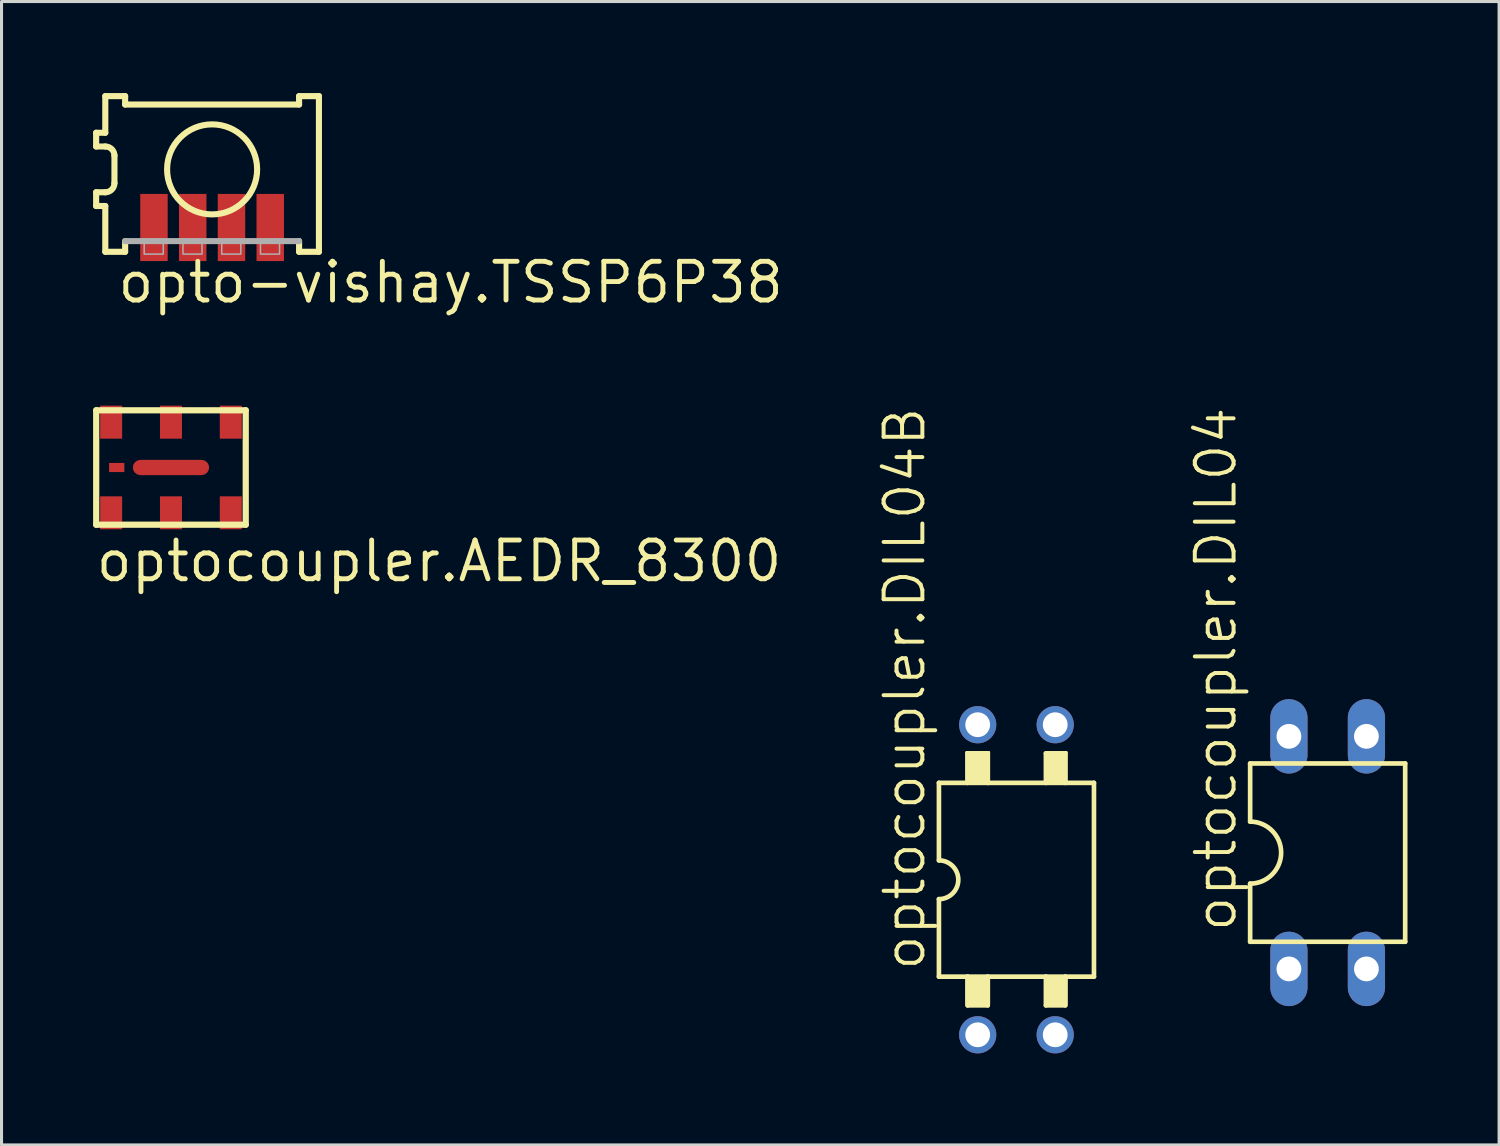
<source format=kicad_pcb>
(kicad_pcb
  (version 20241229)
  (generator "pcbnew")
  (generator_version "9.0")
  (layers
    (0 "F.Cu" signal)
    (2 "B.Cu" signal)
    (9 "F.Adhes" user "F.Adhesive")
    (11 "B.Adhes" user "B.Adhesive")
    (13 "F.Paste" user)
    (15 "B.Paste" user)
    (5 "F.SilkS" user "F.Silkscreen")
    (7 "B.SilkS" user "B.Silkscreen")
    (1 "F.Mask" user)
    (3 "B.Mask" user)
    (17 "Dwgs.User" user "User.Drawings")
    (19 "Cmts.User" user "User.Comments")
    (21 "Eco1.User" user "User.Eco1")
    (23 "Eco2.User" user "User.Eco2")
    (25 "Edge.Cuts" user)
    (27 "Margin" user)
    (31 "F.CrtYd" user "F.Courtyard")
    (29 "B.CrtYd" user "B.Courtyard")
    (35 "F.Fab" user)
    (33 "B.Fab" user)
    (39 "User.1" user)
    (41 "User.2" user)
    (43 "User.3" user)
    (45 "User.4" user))
  (footprint "optocoupler.DIL04"
    (layer "F.Cu")
    (at 40.452 24.887)
    (property "Reference" "optocoupler.DIL04" (at -2.921 2.667 90) (layer "F.SilkS") (effects (font (size 1.27 1.27) (thickness 0.13)) (justify left bottom)))
    (attr through_hole)
    (fp_line (start -2.54 -2.921) (end -2.54 -1.016) (stroke (width 0.152) (type default)) (layer "F.SilkS"))
    (fp_line (start -2.54 2.921) (end -2.54 1.016) (stroke (width 0.152) (type default)) (layer "F.SilkS"))
    (fp_line (start -2.54 2.921) (end 2.54 2.921) (stroke (width 0.152) (type default)) (layer "F.SilkS"))
    (fp_line (start 2.54 -2.921) (end -2.54 -2.921) (stroke (width 0.152) (type default)) (layer "F.SilkS"))
    (fp_line (start 2.54 -2.921) (end 2.54 2.921) (stroke (width 0.152) (type default)) (layer "F.SilkS"))
    (fp_arc (start -2.54 -1.016) (mid -1.524 0) (end -2.54 1.016) (stroke (width 0.1524) (type default)) (layer "F.SilkS"))
    (pad "1" thru_hole oval (at -1.27 3.81 90) (size 2.438 1.219) (drill 0.813) (layers "*.Cu" "*.Mask"))
    (pad "2" thru_hole oval (at 1.27 3.81 90) (size 2.438 1.219) (drill 0.813) (layers "*.Cu" "*.Mask"))
    (pad "3" thru_hole oval (at 1.27 -3.81 90) (size 2.438 1.219) (drill 0.813) (layers "*.Cu" "*.Mask"))
    (pad "4" thru_hole oval (at -1.27 -3.81 90) (size 2.438 1.219) (drill 0.813) (layers "*.Cu" "*.Mask")))
  (footprint "optocoupler.AEDR_8300"
    (layer "F.Cu")
    (at 2.552 12.268)
    (property "Reference" "optocoupler.AEDR_8300" (at -2.54 3.81 0) (layer "F.SilkS") (effects (font (size 1.27 1.27) (thickness 0.16)) (justify left bottom)))
    (attr smd)
    (fp_line (start -2.45 -1.875) (end -2.45 1.875) (stroke (width 0.203) (type default)) (layer "F.SilkS"))
    (fp_line (start -2.45 1.875) (end 2.45 1.875) (stroke (width 0.203) (type default)) (layer "F.SilkS"))
    (fp_line (start 2.45 -1.875) (end -2.45 -1.875) (stroke (width 0.203) (type default)) (layer "F.SilkS"))
    (fp_line (start 2.45 1.875) (end 2.45 -1.875) (stroke (width 0.203) (type default)) (layer "F.SilkS"))
    (fp_rect (start -2.272 1.962) (end -1.66 1.675) (stroke (width 0.05) (type default)) (fill yes) (layer "F.Paste"))
    (fp_rect (start -2.272 1.312) (end -1.66 1.025) (stroke (width 0.05) (type default)) (fill yes) (layer "F.Paste"))
    (fp_rect (start -2.26 -1.675) (end -1.648 -1.962) (stroke (width 0.05) (type default)) (fill yes) (layer "F.Paste"))
    (fp_rect (start -2.26 -1.025) (end -1.648 -1.312) (stroke (width 0.05) (type default)) (fill yes) (layer "F.Paste"))
    (fp_rect (start -0.312 1.962) (end 0.3 1.675) (stroke (width 0.05) (type default)) (fill yes) (layer "F.Paste"))
    (fp_rect (start -0.312 1.312) (end 0.3 1.025) (stroke (width 0.05) (type default)) (fill yes) (layer "F.Paste"))
    (fp_rect (start -0.3 -1.675) (end 0.312 -1.962) (stroke (width 0.05) (type default)) (fill yes) (layer "F.Paste"))
    (fp_rect (start -0.3 -1.025) (end 0.312 -1.312) (stroke (width 0.05) (type default)) (fill yes) (layer "F.Paste"))
    (fp_rect (start 1.647 1.962) (end 2.26 1.675) (stroke (width 0.05) (type default)) (fill yes) (layer "F.Paste"))
    (fp_rect (start 1.648 1.312) (end 2.26 1.025) (stroke (width 0.05) (type default)) (fill yes) (layer "F.Paste"))
    (fp_rect (start 1.66 -1.675) (end 2.272 -1.962) (stroke (width 0.05) (type default)) (fill yes) (layer "F.Paste"))
    (fp_rect (start 1.66 -1.025) (end 2.272 -1.312) (stroke (width 0.05) (type default)) (fill yes) (layer "F.Paste"))
    (pad "1" smd roundrect (at -1.96 1.485) (size 0.72 1.08) (layers "F.Cu" "F.Mask" "F.Paste") (roundrect_rratio 0.01))
    (pad "2" smd roundrect (at 0 1.485) (size 0.72 1.08) (layers "F.Cu" "F.Mask" "F.Paste") (roundrect_rratio 0.01))
    (pad "3" smd roundrect (at 1.96 1.485) (size 0.72 1.08) (layers "F.Cu" "F.Mask" "F.Paste") (roundrect_rratio 0.01))
    (pad "4" smd roundrect (at 1.96 -1.485 180) (size 0.72 1.08) (layers "F.Cu" "F.Mask" "F.Paste") (roundrect_rratio 0.01))
    (pad "5" smd roundrect (at 0 -1.485 180) (size 0.72 1.08) (layers "F.Cu" "F.Mask" "F.Paste") (roundrect_rratio 0.01))
    (pad "6" smd roundrect (at -1.96 -1.485 180) (size 0.72 1.08) (layers "F.Cu" "F.Mask" "F.Paste") (roundrect_rratio 0.01))
    (pad "E1" smd roundrect (at -1.778 0) (size 0.5 0.3) (layers "F.Cu" "F.Mask" "F.Paste") (roundrect_rratio 0.01))
    (pad "E2" smd roundrect (at 0 0) (size 2.5 0.5) (layers "F.Cu" "F.Mask" "F.Paste") (roundrect_rratio 0.5)))
  (footprint "opto-vishay.TSSP6P38"
    (layer "F.Cu")
    (at 3.9 2.5)
    (property "Reference" "opto-vishay.TSSP6P38" (at -3.175 4.445 0) (layer "F.SilkS") (effects (font (size 1.27 1.27) (thickness 0.16)) (justify left bottom)))
    (attr smd)
    (fp_line (start -3.8 -1.2) (end -3.5 -1.2) (stroke (width 0.2) (type default)) (layer "F.SilkS"))
    (fp_line (start -3.8 -0.75) (end -3.8 -1.2) (stroke (width 0.2) (type default)) (layer "F.SilkS"))
    (fp_line (start -3.8 0.75) (end -3.5 0.75) (stroke (width 0.2) (type default)) (layer "F.SilkS"))
    (fp_line (start -3.8 1.2) (end -3.8 0.75) (stroke (width 0.2) (type default)) (layer "F.SilkS"))
    (fp_line (start -3.5 -2.4) (end -2.85 -2.4) (stroke (width 0.2) (type default)) (layer "F.SilkS"))
    (fp_line (start -3.5 -1.2) (end -3.5 -2.4) (stroke (width 0.2) (type default)) (layer "F.SilkS"))
    (fp_line (start -3.5 -0.75) (end -3.8 -0.75) (stroke (width 0.2) (type default)) (layer "F.SilkS"))
    (fp_line (start -3.5 1.2) (end -3.8 1.2) (stroke (width 0.2) (type default)) (layer "F.SilkS"))
    (fp_line (start -3.5 2.7) (end -3.5 1.2) (stroke (width 0.2) (type default)) (layer "F.SilkS"))
    (fp_line (start -3.2 0.45) (end -3.2 -0.45) (stroke (width 0.2) (type default)) (layer "F.SilkS"))
    (fp_line (start -2.85 -2.4) (end -2.85 -2.125) (stroke (width 0.2) (type default)) (layer "F.SilkS"))
    (fp_line (start -2.85 -2.125) (end 2.85 -2.125) (stroke (width 0.2) (type default)) (layer "F.SilkS"))
    (fp_line (start -2.85 2.35) (end -2.85 2.7) (stroke (width 0.2) (type default)) (layer "F.SilkS"))
    (fp_line (start -2.85 2.7) (end -3.5 2.7) (stroke (width 0.2) (type default)) (layer "F.SilkS"))
    (fp_line (start 2.85 -2.4) (end 3.5 -2.4) (stroke (width 0.2) (type default)) (layer "F.SilkS"))
    (fp_line (start 2.85 -2.125) (end 2.85 -2.4) (stroke (width 0.2) (type default)) (layer "F.SilkS"))
    (fp_line (start 2.85 2.7) (end 2.85 2.35) (stroke (width 0.2) (type default)) (layer "F.SilkS"))
    (fp_line (start 3.5 -2.4) (end 3.5 2.7) (stroke (width 0.2) (type default)) (layer "F.SilkS"))
    (fp_line (start 3.5 2.7) (end 2.85 2.7) (stroke (width 0.2) (type default)) (layer "F.SilkS"))
    (fp_arc (start -3.5 -0.75) (mid -3.287868 -0.662132) (end -3.2 -0.45) (stroke (width 0.2) (type default)) (layer "F.SilkS"))
    (fp_arc (start -3.2 0.45) (mid -3.287868 0.662132) (end -3.5 0.75) (stroke (width 0.2) (type default)) (layer "F.SilkS"))
    (fp_circle (center 0 0) (end 1.475 0) (stroke (width 0.2) (type default)) (fill no) (layer "F.SilkS"))
    (fp_line (start 2.85 2.35) (end -2.85 2.35) (stroke (width 0.2) (type default)) (layer "F.Fab"))
    (fp_rect (start -2.225 2.775) (end -1.6 2.375) (stroke (width 0.05) (type default)) (fill no) (layer "F.Fab"))
    (fp_rect (start -0.955 2.775) (end -0.33 2.375) (stroke (width 0.05) (type default)) (fill no) (layer "F.Fab"))
    (fp_rect (start 0.315 2.775) (end 0.94 2.375) (stroke (width 0.05) (type default)) (fill no) (layer "F.Fab"))
    (fp_rect (start 1.585 2.775) (end 2.21 2.375) (stroke (width 0.05) (type default)) (fill no) (layer "F.Fab"))
    (pad "1" smd roundrect (at -1.905 1.905) (size 0.9 2.2) (layers "F.Cu" "F.Mask" "F.Paste") (roundrect_rratio 0.01))
    (pad "2" smd roundrect (at -0.635 1.905) (size 0.9 2.2) (layers "F.Cu" "F.Mask" "F.Paste") (roundrect_rratio 0.01))
    (pad "3" smd roundrect (at 0.635 1.905) (size 0.9 2.2) (layers "F.Cu" "F.Mask" "F.Paste") (roundrect_rratio 0.01))
    (pad "4" smd roundrect (at 1.905 1.905) (size 0.9 2.2) (layers "F.Cu" "F.Mask" "F.Paste") (roundrect_rratio 0.01)))
  (footprint "optocoupler.DIL04B"
    (layer "F.Cu")
    (at 30.255 25.776)
    (property "Reference" "optocoupler.DIL04B" (at -2.921 3.048 90) (layer "F.SilkS") (effects (font (size 1.27 1.27) (thickness 0.13)) (justify left bottom)))
    (attr through_hole)
    (fp_line (start -2.54 -3.175) (end -1.6 -3.175) (stroke (width 0.152) (type default)) (layer "F.SilkS"))
    (fp_line (start -2.54 -0.635) (end -2.54 -3.175) (stroke (width 0.152) (type default)) (layer "F.SilkS"))
    (fp_line (start -2.54 3.175) (end -2.54 0.635) (stroke (width 0.152) (type default)) (layer "F.SilkS"))
    (fp_line (start -1.6 -4.14) (end -0.94 -4.14) (stroke (width 0.152) (type default)) (layer "F.SilkS"))
    (fp_line (start -1.6 -3.175) (end -1.6 -4.14) (stroke (width 0.152) (type default)) (layer "F.SilkS"))
    (fp_line (start -1.6 -3.175) (end -0.94 -3.175) (stroke (width 0.152) (type default)) (layer "F.SilkS"))
    (fp_line (start -1.6 3.175) (end -2.54 3.175) (stroke (width 0.152) (type default)) (layer "F.SilkS"))
    (fp_line (start -1.6 3.175) (end -1.6 4.115) (stroke (width 0.152) (type default)) (layer "F.SilkS"))
    (fp_line (start -1.6 4.115) (end -0.94 4.115) (stroke (width 0.152) (type default)) (layer "F.SilkS"))
    (fp_line (start -0.94 -3.175) (end -0.94 -4.14) (stroke (width 0.152) (type default)) (layer "F.SilkS"))
    (fp_line (start -0.94 -3.175) (end 0.965 -3.175) (stroke (width 0.152) (type default)) (layer "F.SilkS"))
    (fp_line (start -0.94 3.175) (end -1.6 3.175) (stroke (width 0.152) (type default)) (layer "F.SilkS"))
    (fp_line (start -0.94 4.115) (end -0.94 3.175) (stroke (width 0.152) (type default)) (layer "F.SilkS"))
    (fp_line (start 0.965 -4.14) (end 1.6 -4.14) (stroke (width 0.152) (type default)) (layer "F.SilkS"))
    (fp_line (start 0.965 -3.175) (end 0.965 -4.14) (stroke (width 0.152) (type default)) (layer "F.SilkS"))
    (fp_line (start 0.965 -3.175) (end 1.6 -3.175) (stroke (width 0.152) (type default)) (layer "F.SilkS"))
    (fp_line (start 0.965 3.175) (end -0.94 3.175) (stroke (width 0.152) (type default)) (layer "F.SilkS"))
    (fp_line (start 0.965 3.175) (end 0.965 4.115) (stroke (width 0.152) (type default)) (layer "F.SilkS"))
    (fp_line (start 0.965 4.115) (end 1.6 4.115) (stroke (width 0.152) (type default)) (layer "F.SilkS"))
    (fp_line (start 1.6 -4.14) (end 1.6 -3.175) (stroke (width 0.152) (type default)) (layer "F.SilkS"))
    (fp_line (start 1.6 -3.175) (end 2.54 -3.175) (stroke (width 0.152) (type default)) (layer "F.SilkS"))
    (fp_line (start 1.6 3.175) (end 0.965 3.175) (stroke (width 0.152) (type default)) (layer "F.SilkS"))
    (fp_line (start 1.6 4.115) (end 1.6 3.175) (stroke (width 0.152) (type default)) (layer "F.SilkS"))
    (fp_line (start 2.54 -3.175) (end 2.54 3.175) (stroke (width 0.152) (type default)) (layer "F.SilkS"))
    (fp_line (start 2.54 3.175) (end 1.6 3.175) (stroke (width 0.152) (type default)) (layer "F.SilkS"))
    (fp_rect (start -1.651 -3.175) (end -0.889 -4.191) (stroke (width 0.05) (type default)) (fill yes) (layer "F.SilkS"))
    (fp_rect (start -1.651 4.064) (end -0.889 3.175) (stroke (width 0.05) (type default)) (fill yes) (layer "F.SilkS"))
    (fp_rect (start 1.016 -3.175) (end 1.651 -4.191) (stroke (width 0.05) (type default)) (fill yes) (layer "F.SilkS"))
    (fp_rect (start 1.016 4.064) (end 1.651 3.175) (stroke (width 0.05) (type default)) (fill yes) (layer "F.SilkS"))
    (fp_arc (start -2.54 -0.635) (mid -1.905 0) (end -2.54 0.635) (stroke (width 0.1524) (type default)) (layer "F.SilkS"))
    (pad "1" thru_hole circle (at -1.27 5.08) (size 1.219 1.219) (drill 0.813) (layers "*.Cu" "*.Mask"))
    (pad "2" thru_hole circle (at 1.27 5.08) (size 1.219 1.219) (drill 0.813) (layers "*.Cu" "*.Mask"))
    (pad "3" thru_hole circle (at 1.27 -5.08) (size 1.219 1.219) (drill 0.813) (layers "*.Cu" "*.Mask"))
    (pad "4" thru_hole circle (at -1.27 -5.08) (size 1.219 1.219) (drill 0.813) (layers "*.Cu" "*.Mask")))
  (gr_rect
    (start -3 -3)
    (end 46.069 34.465)
    (stroke (width 0.1) (type default))
    (fill no)
    (layer "Edge.Cuts")))
</source>
